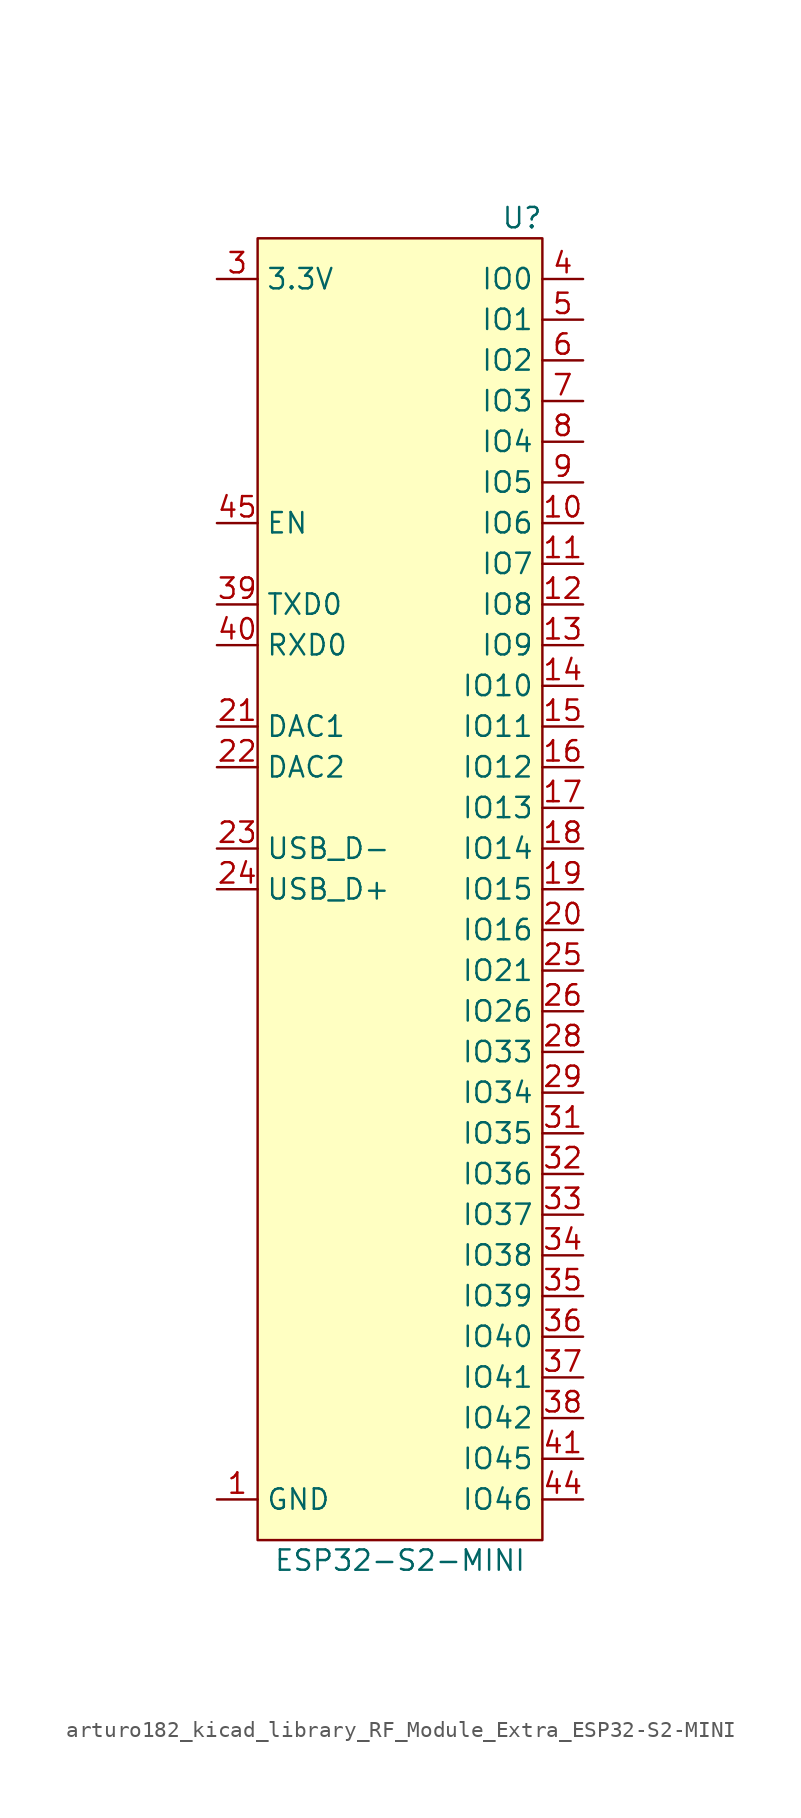
<source format=kicad_sym>
(kicad_symbol_lib
  (version 20220914)
  (generator kicad_symbol_editor)
  (symbol "arturo182_kicad_library_RF_Module_Extra_ESP32-S2-MINI"
    (property "Reference" "U"
      (at 7.62 39.37 0)
      (effects (font (size 1.27 1.27))))
    (property "Value" "ESP32-S2-MINI"
      (at 0 -44.45 0)
      (effects (font (size 1.27 1.27))))
    (symbol "arturo182_kicad_library_RF_Module_Extra_ESP32-S2-MINI_0_0"
      (pin power_in line (at -11.43 -40.64 0) (length 2.54) (name "GND" (effects (font (size 1.27 1.27)))) (number "1" (effects (font (size 1.27 1.27)))))
      (pin bidirectional line (at 11.43 20.32 180) (length 2.54) (name "IO6" (effects (font (size 1.27 1.27)))) (number "10" (effects (font (size 1.27 1.27)))))
      (pin bidirectional line (at 11.43 17.78 180) (length 2.54) (name "IO7" (effects (font (size 1.27 1.27)))) (number "11" (effects (font (size 1.27 1.27)))))
      (pin bidirectional line (at 11.43 15.24 180) (length 2.54) (name "IO8" (effects (font (size 1.27 1.27)))) (number "12" (effects (font (size 1.27 1.27)))))
      (pin bidirectional line (at 11.43 12.7 180) (length 2.54) (name "IO9" (effects (font (size 1.27 1.27)))) (number "13" (effects (font (size 1.27 1.27)))))
      (pin bidirectional line (at 11.43 10.16 180) (length 2.54) (name "IO10" (effects (font (size 1.27 1.27)))) (number "14" (effects (font (size 1.27 1.27)))))
      (pin bidirectional line (at 11.43 7.62 180) (length 2.54) (name "IO11" (effects (font (size 1.27 1.27)))) (number "15" (effects (font (size 1.27 1.27)))))
      (pin bidirectional line (at 11.43 5.08 180) (length 2.54) (name "IO12" (effects (font (size 1.27 1.27)))) (number "16" (effects (font (size 1.27 1.27)))))
      (pin bidirectional line (at 11.43 2.54 180) (length 2.54) (name "IO13" (effects (font (size 1.27 1.27)))) (number "17" (effects (font (size 1.27 1.27)))))
      (pin bidirectional line (at 11.43 0 180) (length 2.54) (name "IO14" (effects (font (size 1.27 1.27)))) (number "18" (effects (font (size 1.27 1.27)))))
      (pin bidirectional line (at 11.43 -2.54 180) (length 2.54) (name "IO15" (effects (font (size 1.27 1.27)))) (number "19" (effects (font (size 1.27 1.27)))))
      (pin passive line (at -11.43 -40.64 0) (length 2.54) hide (name "GND" (effects (font (size 1.27 1.27)))) (number "2" (effects (font (size 1.27 1.27)))))
      (pin bidirectional line (at 11.43 -5.08 180) (length 2.54) (name "IO16" (effects (font (size 1.27 1.27)))) (number "20" (effects (font (size 1.27 1.27)))))
      (pin bidirectional line (at -11.43 7.62 0) (length 2.54) (name "DAC1" (effects (font (size 1.27 1.27)))) (number "21" (effects (font (size 1.27 1.27)))))
      (pin bidirectional line (at -11.43 5.08 0) (length 2.54) (name "DAC2" (effects (font (size 1.27 1.27)))) (number "22" (effects (font (size 1.27 1.27)))))
      (pin bidirectional line (at -11.43 0 0) (length 2.54) (name "USB_D-" (effects (font (size 1.27 1.27)))) (number "23" (effects (font (size 1.27 1.27)))))
      (pin bidirectional line (at -11.43 -2.54 0) (length 2.54) (name "USB_D+" (effects (font (size 1.27 1.27)))) (number "24" (effects (font (size 1.27 1.27)))))
      (pin bidirectional line (at 11.43 -7.62 180) (length 2.54) (name "IO21" (effects (font (size 1.27 1.27)))) (number "25" (effects (font (size 1.27 1.27)))))
      (pin bidirectional line (at 11.43 -10.16 180) (length 2.54) (name "IO26" (effects (font (size 1.27 1.27)))) (number "26" (effects (font (size 1.27 1.27)))))
      (pin no_connect line (at -3.81 -16.51 0) (length 2.54) hide (name "NC" (effects (font (size 1.27 1.27)))) (number "27" (effects (font (size 1.27 1.27)))))
      (pin bidirectional line (at 11.43 -12.7 180) (length 2.54) (name "IO33" (effects (font (size 1.27 1.27)))) (number "28" (effects (font (size 1.27 1.27)))))
      (pin bidirectional line (at 11.43 -15.24 180) (length 2.54) (name "IO34" (effects (font (size 1.27 1.27)))) (number "29" (effects (font (size 1.27 1.27)))))
      (pin power_in line (at -11.43 35.56 0) (length 2.54) (name "3.3V" (effects (font (size 1.27 1.27)))) (number "3" (effects (font (size 1.27 1.27)))))
      (pin passive line (at -11.43 -40.64 0) (length 2.54) hide (name "GND" (effects (font (size 1.27 1.27)))) (number "30" (effects (font (size 1.27 1.27)))))
      (pin bidirectional line (at 11.43 -17.78 180) (length 2.54) (name "IO35" (effects (font (size 1.27 1.27)))) (number "31" (effects (font (size 1.27 1.27)))))
      (pin bidirectional line (at 11.43 -20.32 180) (length 2.54) (name "IO36" (effects (font (size 1.27 1.27)))) (number "32" (effects (font (size 1.27 1.27)))))
      (pin bidirectional line (at 11.43 -22.86 180) (length 2.54) (name "IO37" (effects (font (size 1.27 1.27)))) (number "33" (effects (font (size 1.27 1.27)))))
      (pin bidirectional line (at 11.43 -25.4 180) (length 2.54) (name "IO38" (effects (font (size 1.27 1.27)))) (number "34" (effects (font (size 1.27 1.27)))))
      (pin bidirectional line (at 11.43 -27.94 180) (length 2.54) (name "IO39" (effects (font (size 1.27 1.27)))) (number "35" (effects (font (size 1.27 1.27)))))
      (pin bidirectional line (at 11.43 -30.48 180) (length 2.54) (name "IO40" (effects (font (size 1.27 1.27)))) (number "36" (effects (font (size 1.27 1.27)))))
      (pin bidirectional line (at 11.43 -33.02 180) (length 2.54) (name "IO41" (effects (font (size 1.27 1.27)))) (number "37" (effects (font (size 1.27 1.27)))))
      (pin bidirectional line (at 11.43 -35.56 180) (length 2.54) (name "IO42" (effects (font (size 1.27 1.27)))) (number "38" (effects (font (size 1.27 1.27)))))
      (pin output line (at -11.43 15.24 0) (length 2.54) (name "TXD0" (effects (font (size 1.27 1.27)))) (number "39" (effects (font (size 1.27 1.27)))))
      (pin bidirectional line (at 11.43 35.56 180) (length 2.54) (name "IO0" (effects (font (size 1.27 1.27)))) (number "4" (effects (font (size 1.27 1.27)))))
      (pin input line (at -11.43 12.7 0) (length 2.54) (name "RXD0" (effects (font (size 1.27 1.27)))) (number "40" (effects (font (size 1.27 1.27)))))
      (pin bidirectional line (at 11.43 -38.1 180) (length 2.54) (name "IO45" (effects (font (size 1.27 1.27)))) (number "41" (effects (font (size 1.27 1.27)))))
      (pin passive line (at -11.43 -40.64 0) (length 2.54) hide (name "GND" (effects (font (size 1.27 1.27)))) (number "42" (effects (font (size 1.27 1.27)))))
      (pin passive line (at -11.43 -40.64 0) (length 2.54) hide (name "GND" (effects (font (size 1.27 1.27)))) (number "43" (effects (font (size 1.27 1.27)))))
      (pin bidirectional line (at 11.43 -40.64 180) (length 2.54) (name "IO46" (effects (font (size 1.27 1.27)))) (number "44" (effects (font (size 1.27 1.27)))))
      (pin input line (at -11.43 20.32 0) (length 2.54) (name "EN" (effects (font (size 1.27 1.27)))) (number "45" (effects (font (size 1.27 1.27)))))
      (pin passive line (at -11.43 -40.64 0) (length 2.54) hide (name "GND" (effects (font (size 1.27 1.27)))) (number "46" (effects (font (size 1.27 1.27)))))
      (pin passive line (at -11.43 -40.64 0) (length 2.54) hide (name "GND" (effects (font (size 1.27 1.27)))) (number "47" (effects (font (size 1.27 1.27)))))
      (pin passive line (at -11.43 -40.64 0) (length 2.54) hide (name "GND" (effects (font (size 1.27 1.27)))) (number "48" (effects (font (size 1.27 1.27)))))
      (pin passive line (at -11.43 -40.64 0) (length 2.54) hide (name "GND" (effects (font (size 1.27 1.27)))) (number "49" (effects (font (size 1.27 1.27)))))
      (pin bidirectional line (at 11.43 33.02 180) (length 2.54) (name "IO1" (effects (font (size 1.27 1.27)))) (number "5" (effects (font (size 1.27 1.27)))))
      (pin passive line (at -11.43 -40.64 0) (length 2.54) hide (name "GND" (effects (font (size 1.27 1.27)))) (number "50" (effects (font (size 1.27 1.27)))))
      (pin passive line (at -11.43 -40.64 0) (length 2.54) hide (name "GND" (effects (font (size 1.27 1.27)))) (number "51" (effects (font (size 1.27 1.27)))))
      (pin passive line (at -11.43 -40.64 0) (length 2.54) hide (name "GND" (effects (font (size 1.27 1.27)))) (number "52" (effects (font (size 1.27 1.27)))))
      (pin passive line (at -11.43 -40.64 0) (length 2.54) hide (name "GND" (effects (font (size 1.27 1.27)))) (number "53" (effects (font (size 1.27 1.27)))))
      (pin passive line (at -11.43 -40.64 0) (length 2.54) hide (name "GND" (effects (font (size 1.27 1.27)))) (number "54" (effects (font (size 1.27 1.27)))))
      (pin passive line (at -11.43 -40.64 0) (length 2.54) hide (name "GND" (effects (font (size 1.27 1.27)))) (number "55" (effects (font (size 1.27 1.27)))))
      (pin passive line (at -11.43 -40.64 0) (length 2.54) hide (name "GND" (effects (font (size 1.27 1.27)))) (number "56" (effects (font (size 1.27 1.27)))))
      (pin passive line (at -11.43 -40.64 0) (length 2.54) hide (name "GND" (effects (font (size 1.27 1.27)))) (number "57" (effects (font (size 1.27 1.27)))))
      (pin passive line (at -11.43 -40.64 0) (length 2.54) hide (name "GND" (effects (font (size 1.27 1.27)))) (number "58" (effects (font (size 1.27 1.27)))))
      (pin passive line (at -11.43 -40.64 0) (length 2.54) hide (name "GND" (effects (font (size 1.27 1.27)))) (number "59" (effects (font (size 1.27 1.27)))))
      (pin bidirectional line (at 11.43 30.48 180) (length 2.54) (name "IO2" (effects (font (size 1.27 1.27)))) (number "6" (effects (font (size 1.27 1.27)))))
      (pin passive line (at -11.43 -40.64 0) (length 2.54) hide (name "GND" (effects (font (size 1.27 1.27)))) (number "60" (effects (font (size 1.27 1.27)))))
      (pin passive line (at -11.43 -40.64 0) (length 2.54) hide (name "GND" (effects (font (size 1.27 1.27)))) (number "61" (effects (font (size 1.27 1.27)))))
      (pin passive line (at -11.43 -40.64 0) (length 2.54) hide (name "GND" (effects (font (size 1.27 1.27)))) (number "62" (effects (font (size 1.27 1.27)))))
      (pin passive line (at -11.43 -40.64 0) (length 2.54) hide (name "GND" (effects (font (size 1.27 1.27)))) (number "63" (effects (font (size 1.27 1.27)))))
      (pin passive line (at -11.43 -40.64 0) (length 2.54) hide (name "GND" (effects (font (size 1.27 1.27)))) (number "64" (effects (font (size 1.27 1.27)))))
      (pin passive line (at -11.43 -40.64 0) (length 2.54) hide (name "GND" (effects (font (size 1.27 1.27)))) (number "65" (effects (font (size 1.27 1.27)))))
      (pin bidirectional line (at 11.43 27.94 180) (length 2.54) (name "IO3" (effects (font (size 1.27 1.27)))) (number "7" (effects (font (size 1.27 1.27)))))
      (pin bidirectional line (at 11.43 25.4 180) (length 2.54) (name "IO4" (effects (font (size 1.27 1.27)))) (number "8" (effects (font (size 1.27 1.27)))))
      (pin bidirectional line (at 11.43 22.86 180) (length 2.54) (name "IO5" (effects (font (size 1.27 1.27)))) (number "9" (effects (font (size 1.27 1.27))))))
    (symbol "arturo182_kicad_library_RF_Module_Extra_ESP32-S2-MINI_0_1"
      (rectangle (start 8.89 38.1) (end -8.89 -43.18) (stroke (width 0) (type default)) (fill (type background))))))
</source>
